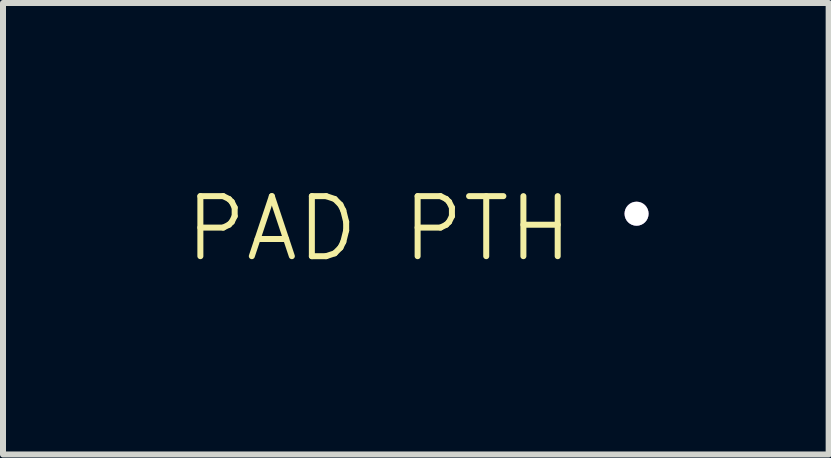
<source format=kicad_pcb>
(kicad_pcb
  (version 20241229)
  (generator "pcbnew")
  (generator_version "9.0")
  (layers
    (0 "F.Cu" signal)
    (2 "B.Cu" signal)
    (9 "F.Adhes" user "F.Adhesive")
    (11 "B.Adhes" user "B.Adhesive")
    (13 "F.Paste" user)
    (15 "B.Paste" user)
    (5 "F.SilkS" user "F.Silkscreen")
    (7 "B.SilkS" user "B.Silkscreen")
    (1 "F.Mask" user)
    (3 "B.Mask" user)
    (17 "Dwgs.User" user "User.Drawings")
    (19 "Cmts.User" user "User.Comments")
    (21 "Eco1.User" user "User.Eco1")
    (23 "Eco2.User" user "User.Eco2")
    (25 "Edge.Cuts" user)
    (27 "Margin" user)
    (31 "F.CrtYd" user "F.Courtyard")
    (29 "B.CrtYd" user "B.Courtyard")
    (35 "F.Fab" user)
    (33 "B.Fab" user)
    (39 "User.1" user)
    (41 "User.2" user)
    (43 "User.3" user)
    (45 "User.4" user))
  (footprint "PAD PTH"
    (layer "F.Cu")
    (at 3.264 1.26)
    (property "Reference" "PAD PTH" (at 0 -0.5 0) (unlocked yes) (layer "F.SilkS") (effects (font (size 1 1) (thickness 0.1))))
    (attr through_hole)
    (pad "1" thru_hole circle (at 4.29 -0.75) (size 0.4 0.4) (drill 0.4) (layers "*.Cu")))
  (gr_rect
    (start -3 -3)
    (end 10.754 4.521)
    (stroke (width 0.1) (type default))
    (fill no)
    (layer "Edge.Cuts")))
</source>
